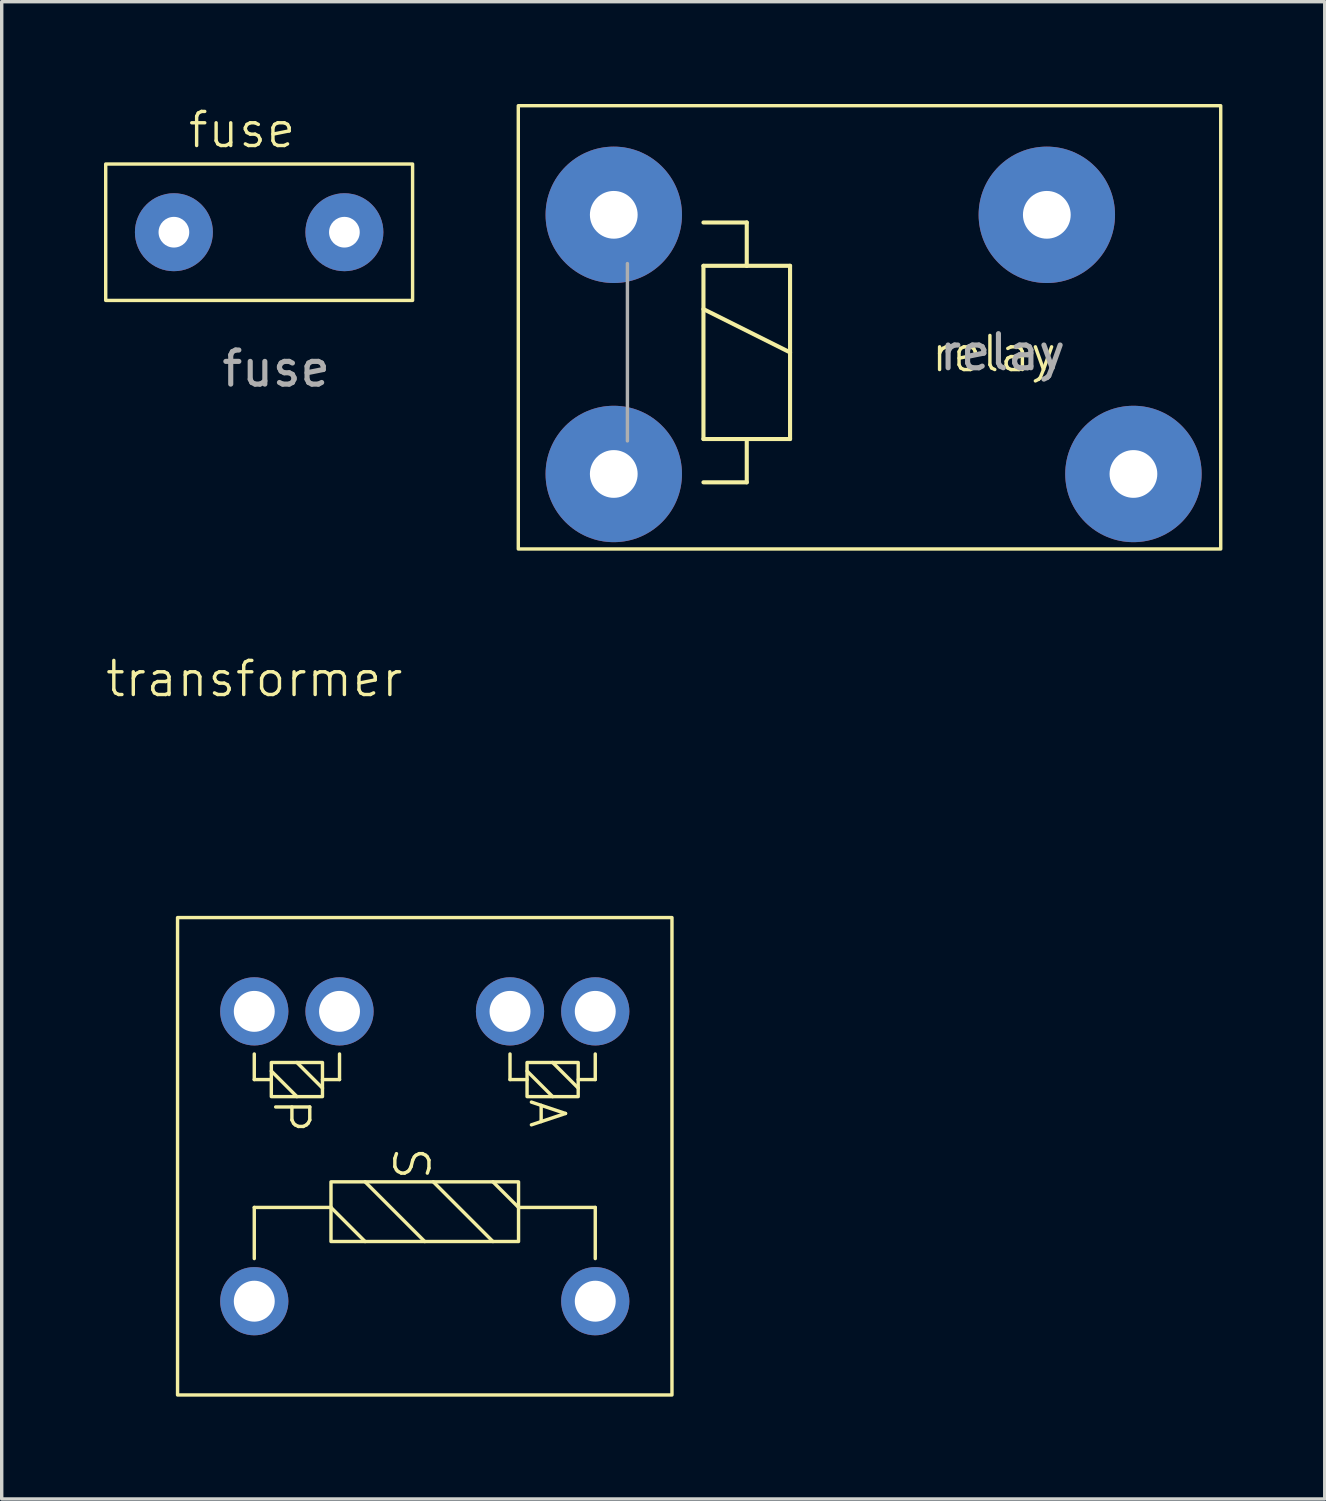
<source format=kicad_pcb>
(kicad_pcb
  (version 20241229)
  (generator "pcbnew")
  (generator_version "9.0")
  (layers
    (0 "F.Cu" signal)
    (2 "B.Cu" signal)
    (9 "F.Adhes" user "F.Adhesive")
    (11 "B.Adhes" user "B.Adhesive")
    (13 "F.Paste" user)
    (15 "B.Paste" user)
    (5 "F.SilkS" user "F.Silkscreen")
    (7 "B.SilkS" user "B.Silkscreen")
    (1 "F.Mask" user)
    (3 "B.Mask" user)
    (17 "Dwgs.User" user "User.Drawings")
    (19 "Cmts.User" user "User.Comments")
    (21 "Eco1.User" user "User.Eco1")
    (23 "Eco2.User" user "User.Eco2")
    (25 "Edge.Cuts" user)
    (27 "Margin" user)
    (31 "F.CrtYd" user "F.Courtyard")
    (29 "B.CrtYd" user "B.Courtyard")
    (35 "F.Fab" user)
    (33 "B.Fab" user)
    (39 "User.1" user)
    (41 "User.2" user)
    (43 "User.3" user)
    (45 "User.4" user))
  (footprint "transformer"
    (layer "F.Cu")
    (at 9.407 30.86)
    (property "Reference" "transformer" (at -5 -14 0) (unlocked yes) (layer "F.SilkS") (effects (font (size 1 1) (thickness 0.1))))
    (attr smd)
    (fp_line (start -5 -3) (end -5 -2.25) (stroke (width 0.1) (type default)) (layer "F.SilkS"))
    (fp_line (start -5 -2.25) (end -4.5 -2.25) (stroke (width 0.1) (type default)) (layer "F.SilkS"))
    (fp_line (start -5 1.5) (end -2.75 1.5) (stroke (width 0.1) (type default)) (layer "F.SilkS"))
    (fp_line (start -5 3) (end -5 1.5) (stroke (width 0.1) (type default)) (layer "F.SilkS"))
    (fp_line (start -4.5 -2.5) (end -3.75 -1.75) (stroke (width 0.1) (type default)) (layer "F.SilkS"))
    (fp_line (start -3.75 -2.75) (end -3 -2) (stroke (width 0.1) (type default)) (layer "F.SilkS"))
    (fp_line (start -2.5 -3) (end -2.5 -2.25) (stroke (width 0.1) (type default)) (layer "F.SilkS"))
    (fp_line (start -2.5 -2.25) (end -3 -2.25) (stroke (width 0.1) (type default)) (layer "F.SilkS"))
    (fp_line (start -1.75 0.75) (end 0 2.5) (stroke (width 0.1) (type default)) (layer "F.SilkS"))
    (fp_line (start -1.75 2.5) (end -2.75 1.5) (stroke (width 0.1) (type default)) (layer "F.SilkS"))
    (fp_line (start 0.25 0.75) (end 2 2.5) (stroke (width 0.1) (type default)) (layer "F.SilkS"))
    (fp_line (start 2 0.75) (end 2.75 1.5) (stroke (width 0.1) (type default)) (layer "F.SilkS"))
    (fp_line (start 2.5 -3) (end 2.5 -2.25) (stroke (width 0.1) (type default)) (layer "F.SilkS"))
    (fp_line (start 2.5 -2.25) (end 3 -2.25) (stroke (width 0.1) (type default)) (layer "F.SilkS"))
    (fp_line (start 3 -2.5) (end 3.75 -1.75) (stroke (width 0.1) (type default)) (layer "F.SilkS"))
    (fp_line (start 3.75 -2.75) (end 4.5 -2) (stroke (width 0.1) (type default)) (layer "F.SilkS"))
    (fp_line (start 5 -3) (end 5 -2.25) (stroke (width 0.1) (type default)) (layer "F.SilkS"))
    (fp_line (start 5 -2.25) (end 4.5 -2.25) (stroke (width 0.1) (type default)) (layer "F.SilkS"))
    (fp_line (start 5 1.5) (end 2.75 1.5) (stroke (width 0.1) (type default)) (layer "F.SilkS"))
    (fp_line (start 5 3) (end 5 1.5) (stroke (width 0.1) (type default)) (layer "F.SilkS"))
    (fp_rect (start -7.25 -7) (end 7.25 7) (stroke (width 0.1) (type default)) (fill no) (layer "F.SilkS"))
    (fp_rect (start -4.5 -2.75) (end -3 -1.75) (stroke (width 0.1) (type default)) (fill no) (layer "F.SilkS"))
    (fp_rect (start -2.75 0.75) (end 2.75 2.5) (stroke (width 0.1) (type default)) (fill no) (layer "F.SilkS"))
    (fp_rect (start 3 -2.75) (end 4.5 -1.75) (stroke (width 0.1) (type default)) (fill no) (layer "F.SilkS"))
    (fp_text user "P" (at -4.5 -1.75 270) (unlocked yes) (layer "F.SilkS") (effects (font (size 1 1) (thickness 0.1)) (justify left bottom)))
    (fp_text user "S" (at 0.25 0.75 90) (unlocked yes) (layer "F.SilkS") (effects (font (size 1 1) (thickness 0.1)) (justify left bottom)))
    (fp_text user "A" (at 3 -1.75 270) (unlocked yes) (layer "F.SilkS") (effects (font (size 1 1) (thickness 0.1)) (justify left bottom)))
    (pad "1" thru_hole circle (at -5 -4.25) (size 2 2) (drill 1.2) (layers "*.Cu" "*.Mask"))
    (pad "2" thru_hole circle (at -2.5 -4.25) (size 2 2) (drill 1.2) (layers "*.Cu" "*.Mask"))
    (pad "3" thru_hole circle (at -5 4.25) (size 2 2) (drill 1.2) (layers "*.Cu" "*.Mask"))
    (pad "4" thru_hole circle (at 5 4.25) (size 2 2) (drill 1.2) (layers "*.Cu" "*.Mask"))
    (pad "5" thru_hole circle (at 2.5 -4.25) (size 2 2) (drill 1.2) (layers "*.Cu" "*.Mask"))
    (pad "6" thru_hole circle (at 5 -4.25) (size 2 2) (drill 1.2) (layers "*.Cu" "*.Mask")))
  (footprint "relay"
    (layer "F.Cu")
    (at 22.45 6.58)
    (property "Reference" "relay" (at 3.65 0.75 0) (unlocked yes) (layer "F.SilkS") (effects (font (size 1 1) (thickness 0.1))))
    (attr through_hole)
    (fp_line (start -4.87 -3.105) (end -3.6 -3.105) (stroke (width 0.12) (type solid)) (layer "F.SilkS"))
    (fp_line (start -4.87 -1.835) (end -3.6 -1.835) (stroke (width 0.12) (type solid)) (layer "F.SilkS"))
    (fp_line (start -4.87 -0.565) (end -2.33 0.705) (stroke (width 0.12) (type solid)) (layer "F.SilkS"))
    (fp_line (start -4.87 3.245) (end -4.87 -1.835) (stroke (width 0.12) (type solid)) (layer "F.SilkS"))
    (fp_line (start -3.6 -3.105) (end -3.6 -1.835) (stroke (width 0.12) (type solid)) (layer "F.SilkS"))
    (fp_line (start -3.6 -1.835) (end -2.33 -1.835) (stroke (width 0.12) (type solid)) (layer "F.SilkS"))
    (fp_line (start -3.6 3.245) (end -3.6 4.515) (stroke (width 0.12) (type solid)) (layer "F.SilkS"))
    (fp_line (start -3.6 4.515) (end -4.87 4.515) (stroke (width 0.12) (type solid)) (layer "F.SilkS"))
    (fp_line (start -2.33 -1.835) (end -2.33 3.245) (stroke (width 0.12) (type solid)) (layer "F.SilkS"))
    (fp_line (start -2.33 3.245) (end -4.87 3.245) (stroke (width 0.12) (type solid)) (layer "F.SilkS"))
    (fp_rect (start -10.3 -6.53) (end 10.3 6.47) (stroke (width 0.1) (type default)) (fill no) (layer "F.SilkS"))
    (fp_line (start -7.1 -1.9) (end -7.1 3.3) (stroke (width 0.1) (type solid)) (layer "F.Fab"))
    (fp_text user "${REFERENCE}" (at 3.9 0.7 0) (layer "F.Fab") (effects (font (size 1 1) (thickness 0.15))))
    (pad "11" thru_hole circle (at 7.74 4.27) (size 4 4) (drill 1.4) (layers "*.Cu" "*.Mask"))
    (pad "14" thru_hole circle (at 5.2 -3.33) (size 4 4) (drill 1.4) (layers "*.Cu" "*.Mask"))
    (pad "A1" thru_hole circle (at -7.5 4.27) (size 4 4) (drill 1.4) (layers "*.Cu" "*.Mask"))
    (pad "A2" thru_hole circle (at -7.5 -3.33) (size 4 4) (drill 1.4) (layers "*.Cu" "*.Mask")))
  (footprint "fuse"
    (layer "F.Cu")
    (at 4.05 3.76)
    (property "Reference" "fuse" (at 0 -3 0) (unlocked yes) (layer "F.SilkS") (effects (font (size 1 1) (thickness 0.1))))
    (attr smd)
    (fp_rect (start -4 -2) (end 5 2) (stroke (width 0.1) (type default)) (fill no) (layer "F.SilkS"))
    (fp_text user "${REFERENCE}" (at 1 4 0) (unlocked yes) (layer "F.Fab") (effects (font (size 1 1) (thickness 0.15))))
    (pad "1" thru_hole circle (at -2 0) (size 2.286 2.286) (drill 0.9) (layers "*.Cu" "*.Mask"))
    (pad "2" thru_hole circle (at 3 0) (size 2.286 2.286) (drill 0.9) (layers "*.Cu" "*.Mask")))
  (gr_rect
    (start -3 -3)
    (end 35.8 40.91)
    (stroke (width 0.1) (type default))
    (fill no)
    (layer "Edge.Cuts")))
</source>
